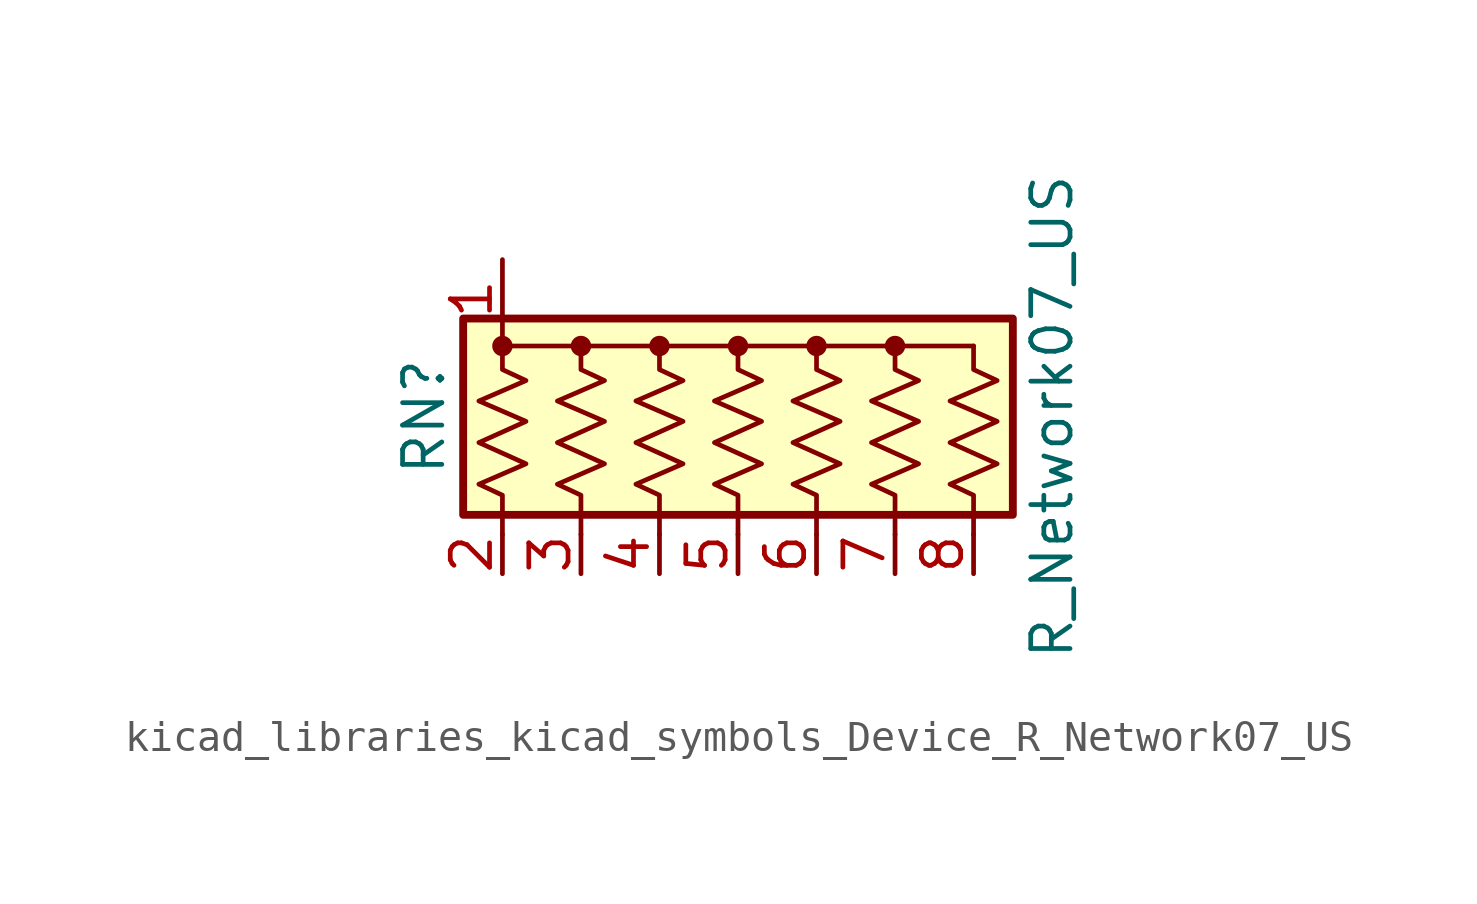
<source format=kicad_sym>
(kicad_symbol_lib
  (version 20220914)
  (generator kicad_symbol_editor)
  (symbol "kicad_libraries_kicad_symbols_Device_R_Network07_US"
    (pin_names
      (offset 0) hide)
    (property "Reference" "RN"
      (at -10.16 0 90)
      (effects (font (size 1.27 1.27))))
    (property "Value" "R_Network07_US"
      (at 10.16 0 90)
      (effects (font (size 1.27 1.27))))
    (symbol "kicad_libraries_kicad_symbols_Device_R_Network07_US_0_1"
      (rectangle (start -8.89 -3.175) (end 8.89 3.175) (stroke (width 0.254) (type default)) (fill (type background)))
      (circle (center -7.62 2.286) (radius 0.254) (stroke (width 0) (type default)) (fill (type outline)))
      (circle (center -5.08 2.286) (radius 0.254) (stroke (width 0) (type default)) (fill (type outline)))
      (circle (center -2.54 2.286) (radius 0.254) (stroke (width 0) (type default)) (fill (type outline)))
      (polyline (pts (xy -7.62 2.286) (xy 7.62 2.286)) (stroke (width 0) (type default)) (fill (type none)))
      (polyline (pts (xy -7.62 2.286) (xy -7.62 1.524) (xy -6.858 1.168) (xy -8.382 0.508) (xy -6.858 -0.152) (xy -8.382 -0.838) (xy -6.858 -1.524) (xy -8.382 -2.184) (xy -7.62 -2.54) (xy -7.62 -3.81)) (stroke (width 0) (type default)) (fill (type none)))
      (polyline (pts (xy -5.08 2.286) (xy -5.08 1.524) (xy -4.318 1.168) (xy -5.842 0.508) (xy -4.318 -0.152) (xy -5.842 -0.838) (xy -4.318 -1.524) (xy -5.842 -2.184) (xy -5.08 -2.54) (xy -5.08 -3.81)) (stroke (width 0) (type default)) (fill (type none)))
      (polyline (pts (xy -2.54 2.286) (xy -2.54 1.524) (xy -1.778 1.168) (xy -3.302 0.508) (xy -1.778 -0.152) (xy -3.302 -0.838) (xy -1.778 -1.524) (xy -3.302 -2.184) (xy -2.54 -2.54) (xy -2.54 -3.81)) (stroke (width 0) (type default)) (fill (type none)))
      (polyline (pts (xy 0 2.286) (xy 0 1.524) (xy 0.762 1.168) (xy -0.762 0.508) (xy 0.762 -0.152) (xy -0.762 -0.838) (xy 0.762 -1.524) (xy -0.762 -2.184) (xy 0 -2.54) (xy 0 -3.81)) (stroke (width 0) (type default)) (fill (type none)))
      (polyline (pts (xy 2.54 2.286) (xy 2.54 1.524) (xy 3.302 1.168) (xy 1.778 0.508) (xy 3.302 -0.152) (xy 1.778 -0.838) (xy 3.302 -1.524) (xy 1.778 -2.184) (xy 2.54 -2.54) (xy 2.54 -3.81)) (stroke (width 0) (type default)) (fill (type none)))
      (polyline (pts (xy 5.08 2.286) (xy 5.08 1.524) (xy 5.842 1.168) (xy 4.318 0.508) (xy 5.842 -0.152) (xy 4.318 -0.838) (xy 5.842 -1.524) (xy 4.318 -2.184) (xy 5.08 -2.54) (xy 5.08 -3.81)) (stroke (width 0) (type default)) (fill (type none)))
      (polyline (pts (xy 7.62 2.286) (xy 7.62 1.524) (xy 8.382 1.168) (xy 6.858 0.508) (xy 8.382 -0.152) (xy 6.858 -0.838) (xy 8.382 -1.524) (xy 6.858 -2.184) (xy 7.62 -2.54) (xy 7.62 -3.81)) (stroke (width 0) (type default)) (fill (type none)))
      (circle (center 0 2.286) (radius 0.254) (stroke (width 0) (type default)) (fill (type outline)))
      (circle (center 2.54 2.286) (radius 0.254) (stroke (width 0) (type default)) (fill (type outline)))
      (circle (center 5.08 2.286) (radius 0.254) (stroke (width 0) (type default)) (fill (type outline))))
    (symbol "kicad_libraries_kicad_symbols_Device_R_Network07_US_1_1"
      (pin passive line (at -7.62 5.08 270) (length 2.54) (name "common" (effects (font (size 1.27 1.27)))) (number "1" (effects (font (size 1.27 1.27)))))
      (pin passive line (at -7.62 -5.08 90) (length 1.27) (name "R1" (effects (font (size 1.27 1.27)))) (number "2" (effects (font (size 1.27 1.27)))))
      (pin passive line (at -5.08 -5.08 90) (length 1.27) (name "R2" (effects (font (size 1.27 1.27)))) (number "3" (effects (font (size 1.27 1.27)))))
      (pin passive line (at -2.54 -5.08 90) (length 1.27) (name "R3" (effects (font (size 1.27 1.27)))) (number "4" (effects (font (size 1.27 1.27)))))
      (pin passive line (at 0 -5.08 90) (length 1.27) (name "R4" (effects (font (size 1.27 1.27)))) (number "5" (effects (font (size 1.27 1.27)))))
      (pin passive line (at 2.54 -5.08 90) (length 1.27) (name "R5" (effects (font (size 1.27 1.27)))) (number "6" (effects (font (size 1.27 1.27)))))
      (pin passive line (at 5.08 -5.08 90) (length 1.27) (name "R6" (effects (font (size 1.27 1.27)))) (number "7" (effects (font (size 1.27 1.27)))))
      (pin passive line (at 7.62 -5.08 90) (length 1.27) (name "R7" (effects (font (size 1.27 1.27)))) (number "8" (effects (font (size 1.27 1.27))))))))
</source>
